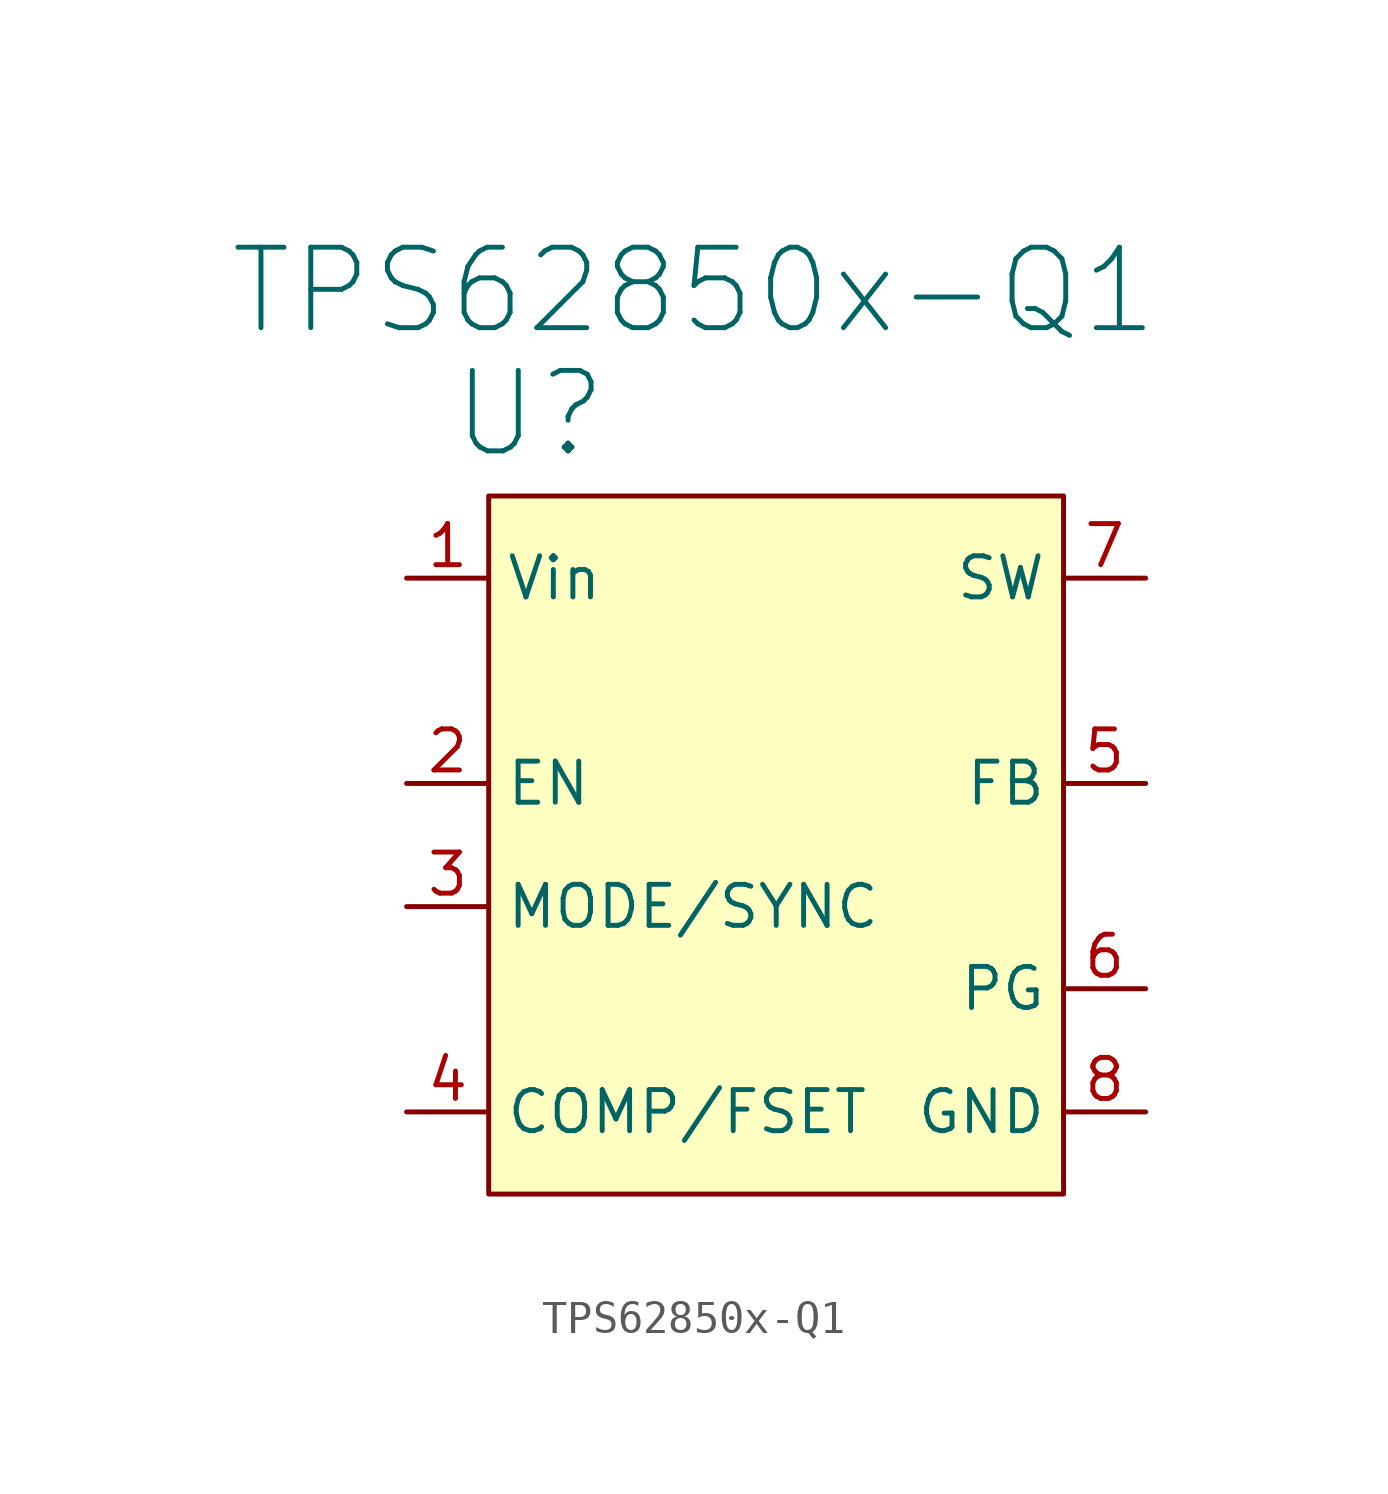
<source format=kicad_sym>
(kicad_symbol_lib
  (version 20211014)
  (generator kicad_symbol_editor)
  (symbol "TPS62850x-Q1"
    (property "Reference" "U"
      (at -19.05 19.05 0)
      (effects (font (size 2.489 2.489))))
    (property "Value" "TPS62850x-Q1"
      (at -13.97 22.86 0)
      (effects (font (size 2.489 2.489))))
    (symbol "TPS62850x-Q1_0_1"
      (rectangle (start -20.32 16.51) (end -2.54 -5.08) (stroke (width 0) (type default) (color 0 0 0 0)) (fill (type background))))
    (symbol "TPS62850x-Q1_1_1"
      (pin power_in line (at -22.86 13.97 0) (length 2.54) (name "Vin" (effects (font (size 1.27 1.27)))) (number "1" (effects (font (size 1.27 1.27)))))
      (pin input line (at -22.86 7.62 0) (length 2.54) (name "EN" (effects (font (size 1.27 1.27)))) (number "2" (effects (font (size 1.27 1.27)))))
      (pin input line (at -22.86 3.81 0) (length 2.54) (name "MODE/SYNC" (effects (font (size 1.27 1.27)))) (number "3" (effects (font (size 1.27 1.27)))))
      (pin input line (at -22.86 -2.54 0) (length 2.54) (name "COMP/FSET" (effects (font (size 1.27 1.27)))) (number "4" (effects (font (size 1.27 1.27)))))
      (pin input line (at 0 7.62 180) (length 2.54) (name "FB" (effects (font (size 1.27 1.27)))) (number "5" (effects (font (size 1.27 1.27)))))
      (pin output line (at 0 1.27 180) (length 2.54) (name "PG" (effects (font (size 1.27 1.27)))) (number "6" (effects (font (size 1.27 1.27)))))
      (pin power_out line (at 0 13.97 180) (length 2.54) (name "SW" (effects (font (size 1.27 1.27)))) (number "7" (effects (font (size 1.27 1.27)))))
      (pin passive line (at 0 -2.54 180) (length 2.54) (name "GND" (effects (font (size 1.27 1.27)))) (number "8" (effects (font (size 1.27 1.27))))))))
</source>
